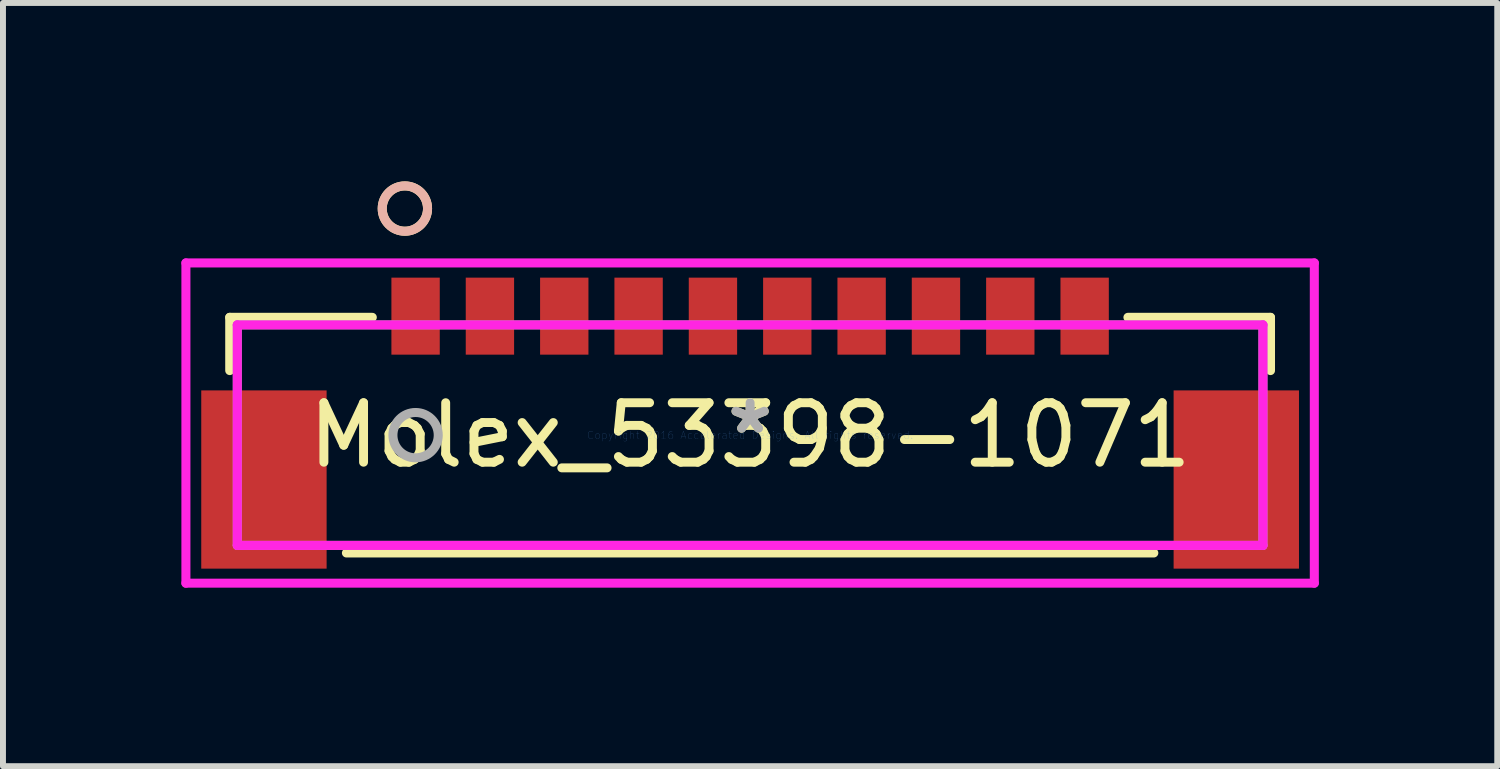
<source format=kicad_pcb>
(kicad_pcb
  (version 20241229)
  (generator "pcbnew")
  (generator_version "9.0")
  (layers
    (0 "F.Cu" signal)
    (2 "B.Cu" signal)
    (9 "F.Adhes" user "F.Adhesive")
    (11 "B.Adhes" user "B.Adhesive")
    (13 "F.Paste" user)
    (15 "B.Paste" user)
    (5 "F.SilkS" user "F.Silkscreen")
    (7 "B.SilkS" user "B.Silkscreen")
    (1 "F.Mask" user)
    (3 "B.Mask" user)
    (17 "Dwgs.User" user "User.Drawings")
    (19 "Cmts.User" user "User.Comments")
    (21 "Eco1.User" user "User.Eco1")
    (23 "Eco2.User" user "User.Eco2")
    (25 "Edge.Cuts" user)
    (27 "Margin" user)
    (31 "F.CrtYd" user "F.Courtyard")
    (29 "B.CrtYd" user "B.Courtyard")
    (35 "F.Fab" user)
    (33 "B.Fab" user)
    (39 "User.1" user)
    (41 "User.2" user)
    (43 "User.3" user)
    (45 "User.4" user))
  (footprint "Molex_53398-1071"
    (layer "F.Cu")
    (at 9.563 4.267)
    (property "Reference" "Molex_53398-1071" (at 0 0 0) (layer "F.SilkS") (effects (font (size 1 1) (thickness 0.15))))
    (attr through_hole)
    (fp_line (start -8.75 -1.981) (end -8.75 -1.086) (stroke (width 0.152) (type solid)) (layer "F.SilkS"))
    (fp_line (start -6.788 1.981) (end 6.788 1.981) (stroke (width 0.152) (type solid)) (layer "F.SilkS"))
    (fp_line (start -6.353 -1.981) (end -8.75 -1.981) (stroke (width 0.152) (type solid)) (layer "F.SilkS"))
    (fp_line (start 8.75 -1.981) (end 6.353 -1.981) (stroke (width 0.152) (type solid)) (layer "F.SilkS"))
    (fp_line (start 8.75 -1.086) (end 8.75 -1.981) (stroke (width 0.152) (type solid)) (layer "F.SilkS"))
    (fp_circle (center -5.805 -3.81) (end -5.424 -3.81) (stroke (width 0.152) (type solid)) (fill no) (layer "F.SilkS"))
    (fp_circle (center -5.805 -3.81) (end -5.424 -3.81) (stroke (width 0.152) (type solid)) (fill no) (layer "B.SilkS"))
    (fp_line (start -9.487 -2.896) (end -9.487 2.489) (stroke (width 0.152) (type solid)) (layer "F.CrtYd"))
    (fp_line (start -9.487 2.489) (end 9.487 2.489) (stroke (width 0.152) (type solid)) (layer "F.CrtYd"))
    (fp_line (start -8.623 -1.854) (end -8.623 1.854) (stroke (width 0.152) (type solid)) (layer "F.CrtYd"))
    (fp_line (start -8.623 1.854) (end 8.623 1.854) (stroke (width 0.152) (type solid)) (layer "F.CrtYd"))
    (fp_line (start 8.623 -1.854) (end -8.623 -1.854) (stroke (width 0.152) (type solid)) (layer "F.CrtYd"))
    (fp_line (start 8.623 1.854) (end 8.623 -1.854) (stroke (width 0.152) (type solid)) (layer "F.CrtYd"))
    (fp_line (start 9.487 -2.896) (end -9.487 -2.896) (stroke (width 0.152) (type solid)) (layer "F.CrtYd"))
    (fp_line (start 9.487 2.489) (end 9.487 -2.896) (stroke (width 0.152) (type solid)) (layer "F.CrtYd"))
    (fp_line (start -8.623 -1.854) (end -8.623 1.854) (stroke (width 0.152) (type solid)) (layer "F.Fab"))
    (fp_line (start -8.623 1.854) (end 8.623 1.854) (stroke (width 0.152) (type solid)) (layer "F.Fab"))
    (fp_line (start 8.623 -1.854) (end -8.623 -1.854) (stroke (width 0.152) (type solid)) (layer "F.Fab"))
    (fp_line (start 8.623 1.854) (end 8.623 -1.854) (stroke (width 0.152) (type solid)) (layer "F.Fab"))
    (fp_circle (center -5.625 0) (end -5.244 0) (stroke (width 0.152) (type solid)) (fill no) (layer "F.Fab"))
    (fp_text user "*" (at 0 0 0) (layer "F.SilkS") (effects (font (size 1 1) (thickness 0.15))))
    (fp_text user "Copyright 2016 Accelerated Designs. All rights reserved." (at 0 0 0) (layer "Cmts.User") (effects (font (size 0.127 0.127) (thickness 0.002))))
    (fp_text user "*" (at 0 0 0) (layer "F.Fab") (effects (font (size 1 1) (thickness 0.15))))
    (pad "1" smd rect (at -5.625 -2.001) (size 0.813 1.295) (layers "F.Cu" "F.Mask" "F.Paste"))
    (pad "2" smd rect (at -4.375 -2.001) (size 0.813 1.295) (layers "F.Cu" "F.Mask" "F.Paste"))
    (pad "3" smd rect (at -3.125 -2.001) (size 0.813 1.295) (layers "F.Cu" "F.Mask" "F.Paste"))
    (pad "4" smd rect (at -1.875 -2.001) (size 0.813 1.295) (layers "F.Cu" "F.Mask" "F.Paste"))
    (pad "5" smd rect (at -0.625 -2.001) (size 0.813 1.295) (layers "F.Cu" "F.Mask" "F.Paste"))
    (pad "6" smd rect (at 0.625 -2.001) (size 0.813 1.295) (layers "F.Cu" "F.Mask" "F.Paste"))
    (pad "7" smd rect (at 1.875 -2.001) (size 0.813 1.295) (layers "F.Cu" "F.Mask" "F.Paste"))
    (pad "8" smd rect (at 3.125 -2.001) (size 0.813 1.295) (layers "F.Cu" "F.Mask" "F.Paste"))
    (pad "9" smd rect (at 4.375 -2.001) (size 0.813 1.295) (layers "F.Cu" "F.Mask" "F.Paste"))
    (pad "10" smd rect (at 5.625 -2.001) (size 0.813 1.295) (layers "F.Cu" "F.Mask" "F.Paste"))
    (pad "11" smd rect (at -8.175 0.746) (size 2.108 2.997) (layers "F.Cu" "F.Mask" "F.Paste"))
    (pad "12" smd rect (at 8.175 0.746) (size 2.108 2.997) (layers "F.Cu" "F.Mask" "F.Paste")))
  (gr_rect
    (start -3 -3)
    (end 22.126 9.833)
    (stroke (width 0.1) (type default))
    (fill no)
    (layer "Edge.Cuts")))
</source>
